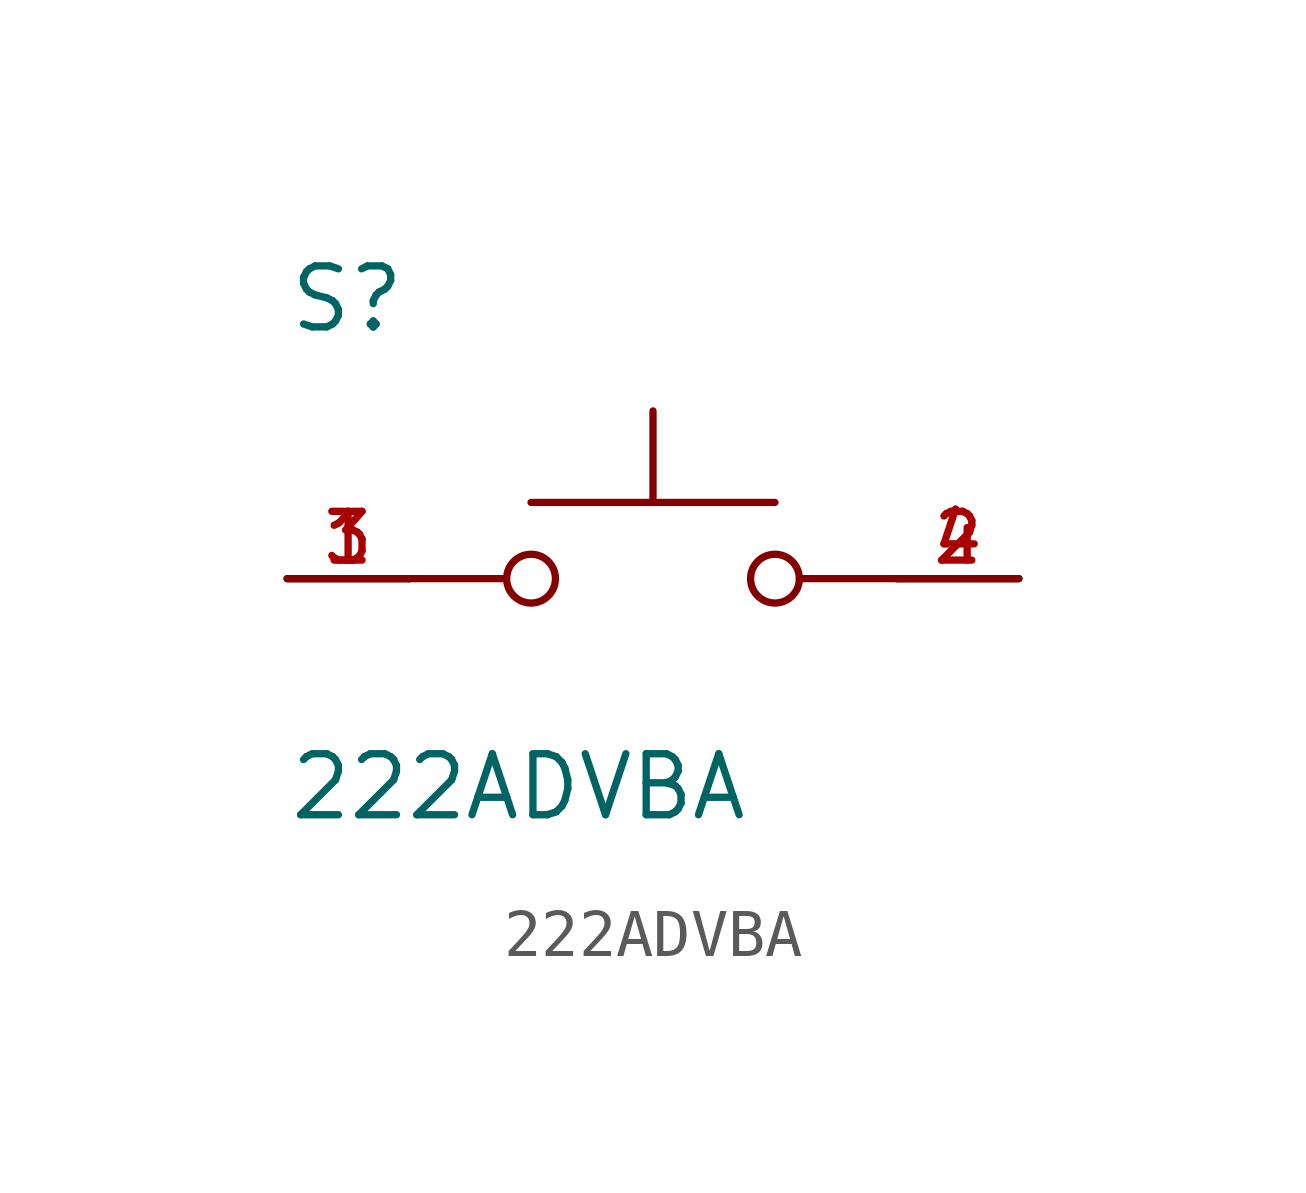
<source format=kicad_sym>
(kicad_symbol_lib
  (version 20211014)
  (generator kicad_symbol_editor)
  (symbol "222ADVBA"
    (pin_names
      (offset 1.016))
    (property "Reference" "S"
      (at -7.62 5.08 0)
      (effects (font (size 1.27 1.27)) (justify bottom left)))
    (property "Value" "222ADVBA"
      (at -7.62 -5.08 0)
      (effects (font (size 1.27 1.27)) (justify bottom left)))
    (symbol "222ADVBA_0_0"
      (circle (center 2.54 0.0) (radius 0.508) (stroke (width 0.152)) (fill (type none)))
      (polyline (pts (xy 5.08 0.0) (xy 3.048 0.0)) (stroke (width 0.152)))
      (polyline (pts (xy -5.08 0.0) (xy -3.048 0.0)) (stroke (width 0.152)))
      (circle (center -2.54 0.0) (radius 0.508) (stroke (width 0.152)) (fill (type none)))
      (polyline (pts (xy -2.54 1.587) (xy 0.0 1.587)) (stroke (width 0.152)))
      (polyline (pts (xy 0.0 1.587) (xy 2.54 1.587)) (stroke (width 0.152)))
      (polyline (pts (xy 0.0 1.587) (xy 0.0 3.493)) (stroke (width 0.152)))
      (pin passive line (at -7.62 0.0 0) (length 2.54) (name "~" (effects (font (size 1.016 1.016)))) (number "1" (effects (font (size 1.016 1.016)))))
      (pin passive line (at -7.62 0.0 0) (length 2.54) (name "~" (effects (font (size 1.016 1.016)))) (number "3" (effects (font (size 1.016 1.016)))))
      (pin passive line (at 7.62 0.0 180.0) (length 2.54) (name "~" (effects (font (size 1.016 1.016)))) (number "2" (effects (font (size 1.016 1.016)))))
      (pin passive line (at 7.62 0.0 180.0) (length 2.54) (name "~" (effects (font (size 1.016 1.016)))) (number "4" (effects (font (size 1.016 1.016))))))))
</source>
